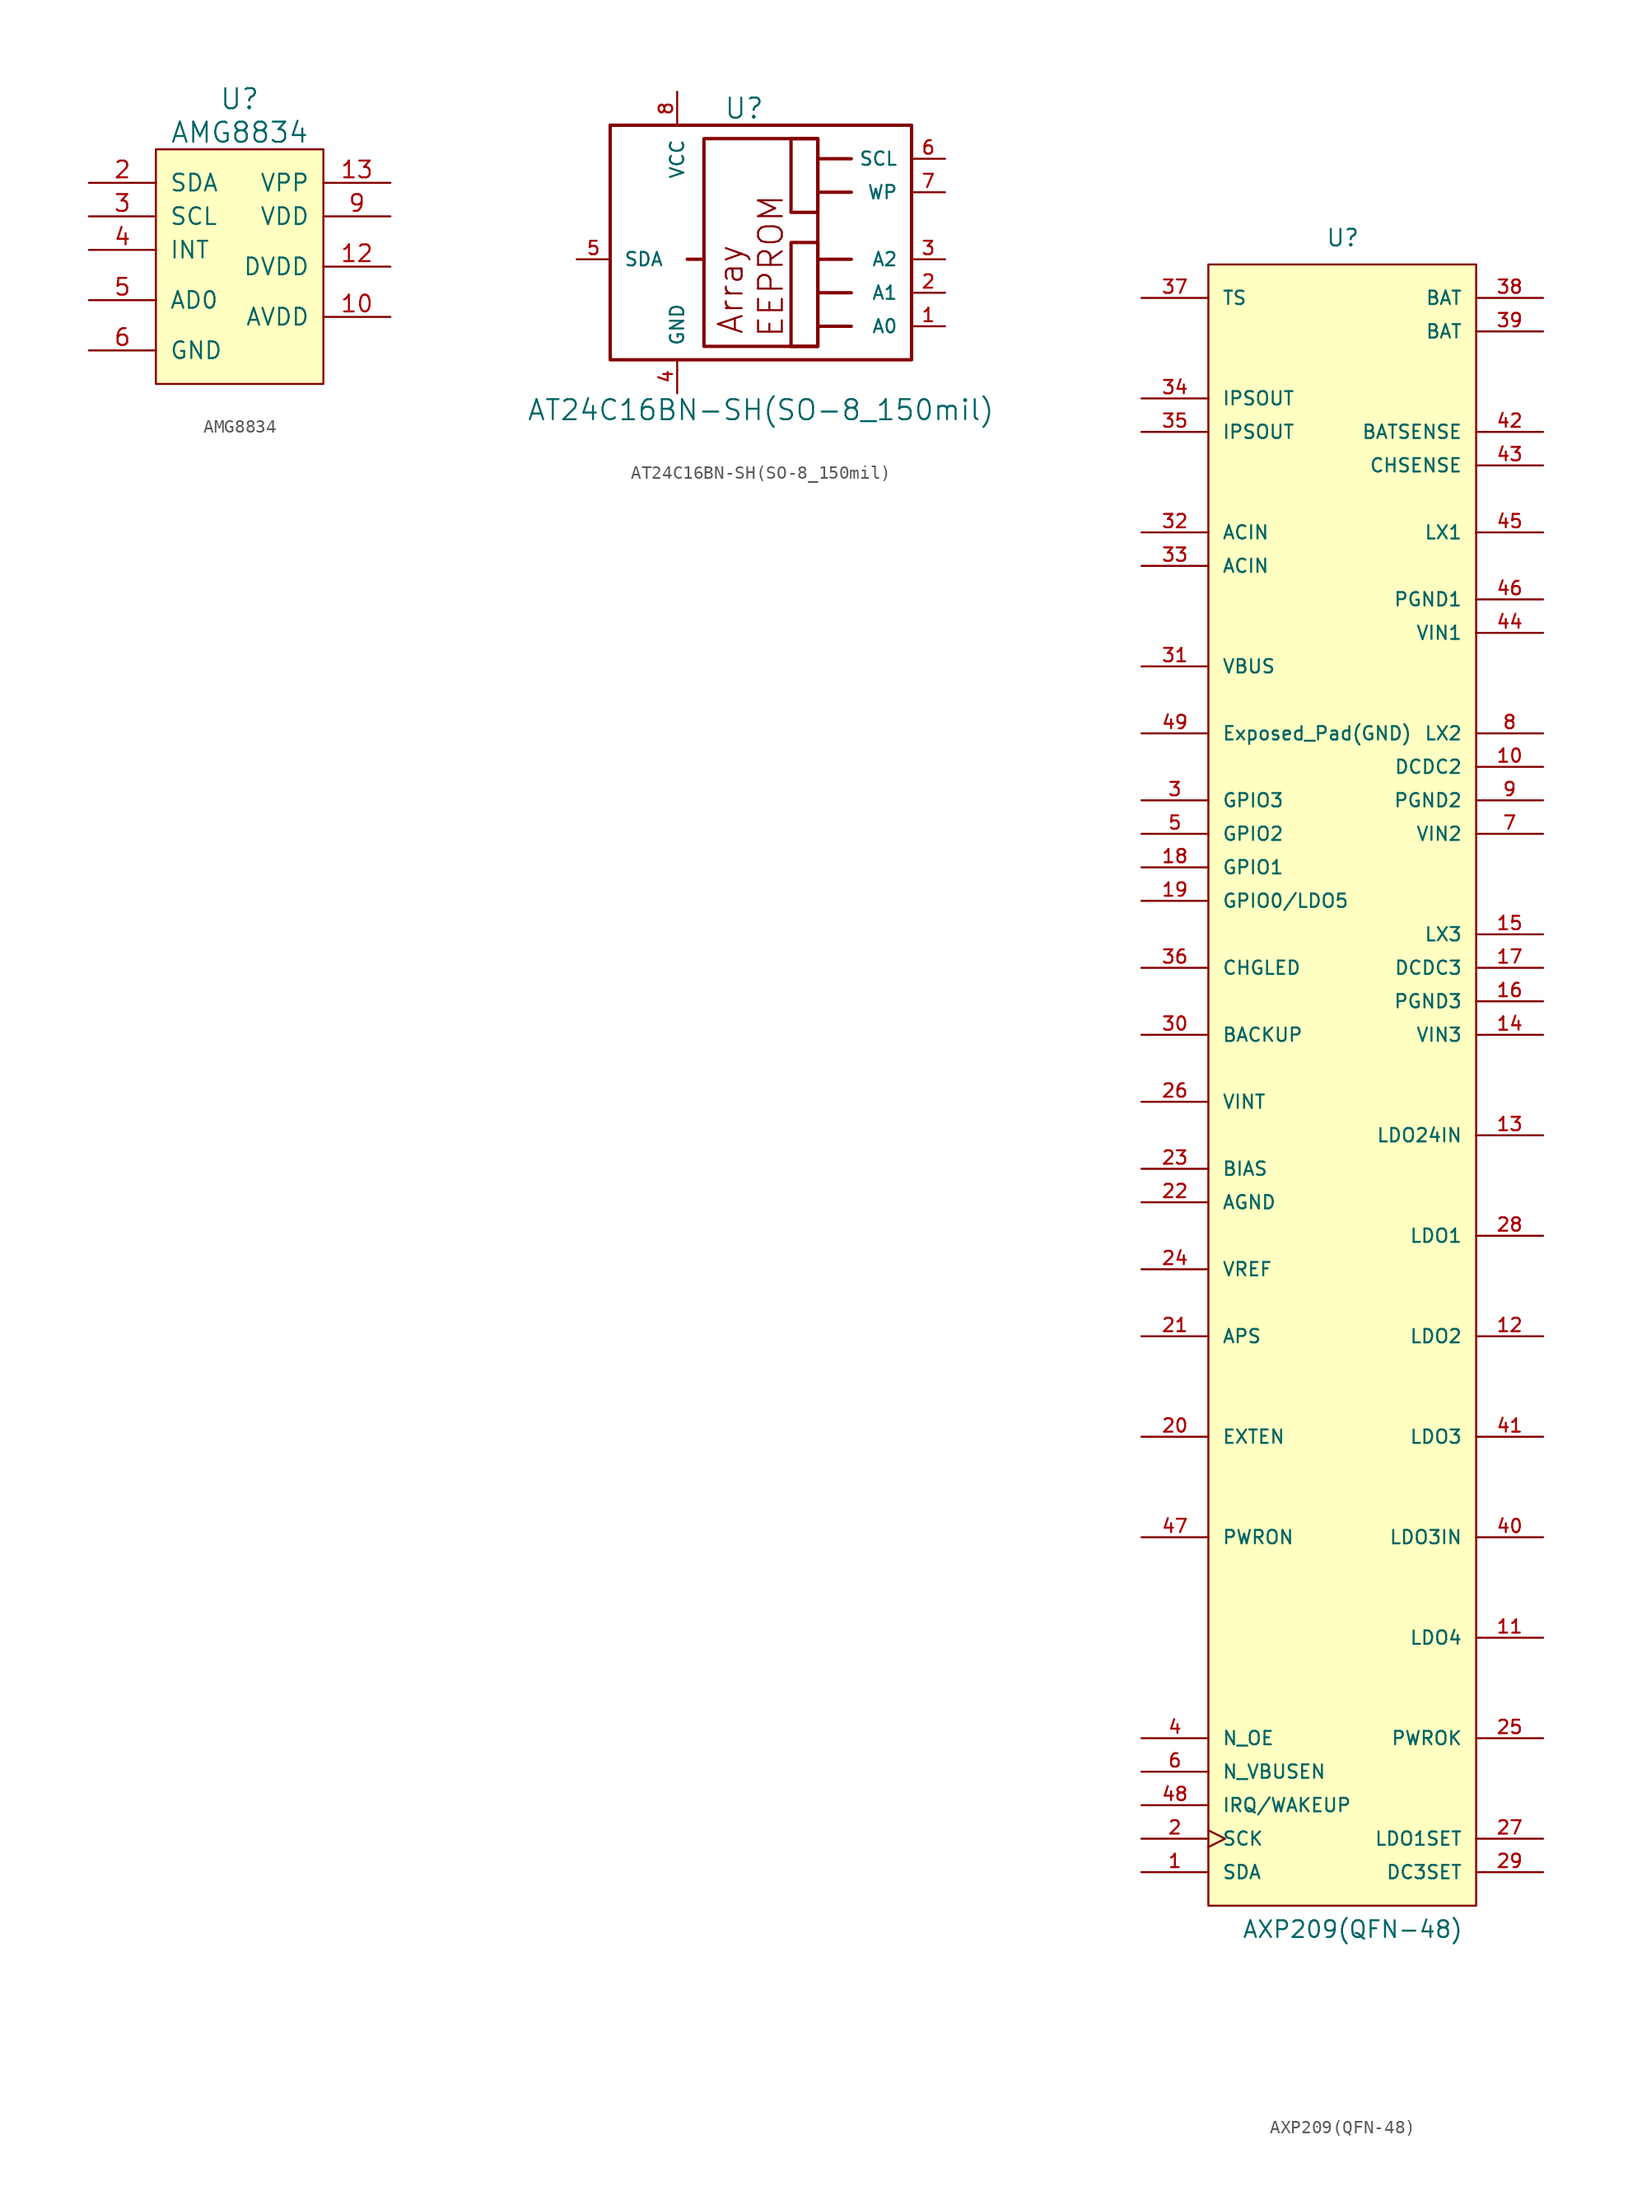
<source format=kicad_sym>
(kicad_symbol_lib
  (version 20211014)
  (generator kicad_symbol_editor)
  (symbol "AMG8834"
    (pin_names
      (offset 1.016))
    (property "Reference" "U"
      (at 0 13.97 0)
      (effects (font (size 1.524 1.524))))
    (property "Value" "AMG8834"
      (at 0 11.43 0)
      (effects (font (size 1.524 1.524))))
    (symbol "AMG8834_0_1"
      (rectangle (start -6.35 10.16) (end 6.35 -7.62) (stroke (width 0) (type default) (color 0 0 0 0)) (fill (type background))))
    (symbol "AMG8834_1_1"
      (pin no_connect line (at 2.54 3.81 180) (length 5.08) hide (name "NC" (effects (font (size 1.27 1.27)))) (number "1" (effects (font (size 1.27 1.27)))))
      (pin input line (at 11.43 -2.54 180) (length 5.08) (name "AVDD" (effects (font (size 1.27 1.27)))) (number "10" (effects (font (size 1.27 1.27)))))
      (pin input line (at 2.54 1.27 180) (length 5.08) hide (name "NC" (effects (font (size 1.27 1.27)))) (number "11" (effects (font (size 1.27 1.27)))))
      (pin input line (at 11.43 1.27 180) (length 5.08) (name "DVDD" (effects (font (size 1.27 1.27)))) (number "12" (effects (font (size 1.27 1.27)))))
      (pin input line (at 11.43 7.62 180) (length 5.08) (name "VPP" (effects (font (size 1.27 1.27)))) (number "13" (effects (font (size 1.27 1.27)))))
      (pin no_connect line (at 2.54 0 180) (length 5.08) hide (name "NC" (effects (font (size 1.27 1.27)))) (number "14" (effects (font (size 1.27 1.27)))))
      (pin input line (at -11.43 7.62 0) (length 5.08) (name "SDA" (effects (font (size 1.27 1.27)))) (number "2" (effects (font (size 1.27 1.27)))))
      (pin input line (at -11.43 5.08 0) (length 5.08) (name "SCL" (effects (font (size 1.27 1.27)))) (number "3" (effects (font (size 1.27 1.27)))))
      (pin input line (at -11.43 2.54 0) (length 5.08) (name "INT" (effects (font (size 1.27 1.27)))) (number "4" (effects (font (size 1.27 1.27)))))
      (pin input line (at -11.43 -1.27 0) (length 5.08) (name "AD0" (effects (font (size 1.27 1.27)))) (number "5" (effects (font (size 1.27 1.27)))))
      (pin input line (at -11.43 -5.08 0) (length 5.08) (name "GND" (effects (font (size 1.27 1.27)))) (number "6" (effects (font (size 1.27 1.27)))))
      (pin no_connect line (at 2.54 2.54 180) (length 5.08) hide (name "NC" (effects (font (size 1.27 1.27)))) (number "7" (effects (font (size 1.27 1.27)))))
      (pin no_connect line (at 2.54 -1.27 180) (length 5.08) hide (name "NC" (effects (font (size 1.27 1.27)))) (number "8" (effects (font (size 1.27 1.27)))))
      (pin input line (at 11.43 5.08 180) (length 5.08) (name "VDD" (effects (font (size 1.27 1.27)))) (number "9" (effects (font (size 1.27 1.27)))))))
  (symbol "AT24C16BN-SH(SO-8_150mil)"
    (pin_names
      (offset 1.016))
    (property "Reference" "U"
      (at 0 8.89 0)
      (effects (font (size 1.524 1.524))))
    (property "Value" "AT24C16BN-SH(SO-8_150mil)"
      (at 1.27 -13.97 0)
      (effects (font (size 1.524 1.524))))
    (property "Footprint" ""
      (at -10.16 -10.16 0)
      (effects (font (size 1.524 1.524))))
    (property "Datasheet" ""
      (at -10.16 -10.16 0)
      (effects (font (size 1.524 1.524))))
    (symbol "AT24C16BN-SH(SO-8_150mil)_0_0"
      (polyline (pts (xy -3.048 -2.54) (xy -4.318 -2.54)) (stroke (width 0.254) (type default) (color 0 0 0 0)) (fill (type none)))
      (polyline (pts (xy 5.588 -7.62) (xy 8.128 -7.62)) (stroke (width 0.254) (type default) (color 0 0 0 0)) (fill (type none)))
      (polyline (pts (xy 5.588 -5.08) (xy 8.128 -5.08)) (stroke (width 0.254) (type default) (color 0 0 0 0)) (fill (type none)))
      (polyline (pts (xy 5.588 -2.54) (xy 8.128 -2.54)) (stroke (width 0.254) (type default) (color 0 0 0 0)) (fill (type none)))
      (polyline (pts (xy 5.588 2.54) (xy 8.128 2.54)) (stroke (width 0.254) (type default) (color 0 0 0 0)) (fill (type none)))
      (polyline (pts (xy 5.588 5.08) (xy 8.128 5.08)) (stroke (width 0.254) (type default) (color 0 0 0 0)) (fill (type none)))
      (rectangle (start 3.556 6.604) (end 5.588 1.016) (stroke (width 0.254) (type default) (color 0 0 0 0)) (fill (type none)))
      (rectangle (start 5.588 -1.27) (end 3.556 -9.144) (stroke (width 0.254) (type default) (color 0 0 0 0)) (fill (type none)))
      (text "Array" (at -1.016 -4.826 900) (effects (font (size 1.803 1.803))))
      (text "EEPROM" (at 2.032 -3.048 900) (effects (font (size 1.803 1.803)))))
    (symbol "AT24C16BN-SH(SO-8_150mil)_1_0"
      (rectangle (start -10.16 -10.16) (end 12.7 7.62) (stroke (width 0.254) (type default) (color 0 0 0 0)) (fill (type none)))
      (rectangle (start -3.048 6.604) (end 5.588 -9.144) (stroke (width 0.254) (type default) (color 0 0 0 0)) (fill (type none))))
    (symbol "AT24C16BN-SH(SO-8_150mil)_1_1"
      (pin input line (at 15.24 -7.62 180) (length 2.54) (name "A0" (effects (font (size 1.016 1.016)))) (number "1" (effects (font (size 1.016 1.016)))))
      (pin input line (at 15.24 -5.08 180) (length 2.54) (name "A1" (effects (font (size 1.016 1.016)))) (number "2" (effects (font (size 1.016 1.016)))))
      (pin input line (at 15.24 -2.54 180) (length 2.54) (name "A2" (effects (font (size 1.016 1.016)))) (number "3" (effects (font (size 1.016 1.016)))))
      (pin power_in line (at -5.08 -12.7 90) (length 2.54) (name "GND" (effects (font (size 1.016 1.016)))) (number "4" (effects (font (size 1.016 1.016)))))
      (pin bidirectional line (at -12.7 -2.54 0) (length 2.54) (name "SDA" (effects (font (size 1.016 1.016)))) (number "5" (effects (font (size 1.016 1.016)))))
      (pin input line (at 15.24 5.08 180) (length 2.54) (name "SCL" (effects (font (size 1.016 1.016)))) (number "6" (effects (font (size 1.016 1.016)))))
      (pin input line (at 15.24 2.54 180) (length 2.54) (name "WP" (effects (font (size 1.016 1.016)))) (number "7" (effects (font (size 1.016 1.016)))))
      (pin power_in line (at -5.08 10.16 270) (length 2.54) (name "VCC" (effects (font (size 1.016 1.016)))) (number "8" (effects (font (size 1.016 1.016)))))))
  (symbol "AXP209(QFN-48)"
    (pin_names
      (offset 1.016))
    (property "Reference" "U"
      (at -1.27 62.23 0)
      (effects (font (size 1.27 1.27)) (justify left bottom)))
    (property "Value" "AXP209(QFN-48)"
      (at -7.62 -66.04 0)
      (effects (font (size 1.27 1.27)) (justify left bottom)))
    (symbol "AXP209(QFN-48)_1_1"
      (rectangle (start 10.16 -63.5) (end -10.16 60.96) (stroke (width 0) (type default) (color 0 0 0 0)) (fill (type background)))
      (pin bidirectional line (at -15.24 -60.96 0) (length 5.08) (name "SDA" (effects (font (size 1.016 1.016)))) (number "1" (effects (font (size 1.016 1.016)))))
      (pin input line (at 15.24 22.86 180) (length 5.08) (name "DCDC2" (effects (font (size 1.016 1.016)))) (number "10" (effects (font (size 1.016 1.016)))))
      (pin power_out line (at 15.24 -43.18 180) (length 5.08) (name "LDO4" (effects (font (size 1.016 1.016)))) (number "11" (effects (font (size 1.016 1.016)))))
      (pin power_out line (at 15.24 -20.32 180) (length 5.08) (name "LDO2" (effects (font (size 1.016 1.016)))) (number "12" (effects (font (size 1.016 1.016)))))
      (pin power_in line (at 15.24 -5.08 180) (length 5.08) (name "LDO24IN" (effects (font (size 1.016 1.016)))) (number "13" (effects (font (size 1.016 1.016)))))
      (pin power_in line (at 15.24 2.54 180) (length 5.08) (name "VIN3" (effects (font (size 1.016 1.016)))) (number "14" (effects (font (size 1.016 1.016)))))
      (pin bidirectional line (at 15.24 10.16 180) (length 5.08) (name "LX3" (effects (font (size 1.016 1.016)))) (number "15" (effects (font (size 1.016 1.016)))))
      (pin power_in line (at 15.24 5.08 180) (length 5.08) (name "PGND3" (effects (font (size 1.016 1.016)))) (number "16" (effects (font (size 1.016 1.016)))))
      (pin input line (at 15.24 7.62 180) (length 5.08) (name "DCDC3" (effects (font (size 1.016 1.016)))) (number "17" (effects (font (size 1.016 1.016)))))
      (pin bidirectional line (at -15.24 15.24 0) (length 5.08) (name "GPIO1" (effects (font (size 1.016 1.016)))) (number "18" (effects (font (size 1.016 1.016)))))
      (pin bidirectional line (at -15.24 12.7 0) (length 5.08) (name "GPIO0/LDO5" (effects (font (size 1.016 1.016)))) (number "19" (effects (font (size 1.016 1.016)))))
      (pin input clock (at -15.24 -58.42 0) (length 5.08) (name "SCK" (effects (font (size 1.016 1.016)))) (number "2" (effects (font (size 1.016 1.016)))))
      (pin output line (at -15.24 -27.94 0) (length 5.08) (name "EXTEN" (effects (font (size 1.016 1.016)))) (number "20" (effects (font (size 1.016 1.016)))))
      (pin power_in line (at -15.24 -20.32 0) (length 5.08) (name "APS" (effects (font (size 1.016 1.016)))) (number "21" (effects (font (size 1.016 1.016)))))
      (pin power_in line (at -15.24 -10.16 0) (length 5.08) (name "AGND" (effects (font (size 1.016 1.016)))) (number "22" (effects (font (size 1.016 1.016)))))
      (pin passive line (at -15.24 -7.62 0) (length 5.08) (name "BIAS" (effects (font (size 1.016 1.016)))) (number "23" (effects (font (size 1.016 1.016)))))
      (pin output line (at -15.24 -15.24 0) (length 5.08) (name "VREF" (effects (font (size 1.016 1.016)))) (number "24" (effects (font (size 1.016 1.016)))))
      (pin output line (at 15.24 -50.8 180) (length 5.08) (name "PWROK" (effects (font (size 1.016 1.016)))) (number "25" (effects (font (size 1.016 1.016)))))
      (pin power_in line (at -15.24 -2.54 0) (length 5.08) (name "VINT" (effects (font (size 1.016 1.016)))) (number "26" (effects (font (size 1.016 1.016)))))
      (pin input line (at 15.24 -58.42 180) (length 5.08) (name "LDO1SET" (effects (font (size 1.016 1.016)))) (number "27" (effects (font (size 1.016 1.016)))))
      (pin power_out line (at 15.24 -12.7 180) (length 5.08) (name "LDO1" (effects (font (size 1.016 1.016)))) (number "28" (effects (font (size 1.016 1.016)))))
      (pin input line (at 15.24 -60.96 180) (length 5.08) (name "DC3SET" (effects (font (size 1.016 1.016)))) (number "29" (effects (font (size 1.016 1.016)))))
      (pin bidirectional line (at -15.24 20.32 0) (length 5.08) (name "GPIO3" (effects (font (size 1.016 1.016)))) (number "3" (effects (font (size 1.016 1.016)))))
      (pin bidirectional line (at -15.24 2.54 0) (length 5.08) (name "BACKUP" (effects (font (size 1.016 1.016)))) (number "30" (effects (font (size 1.016 1.016)))))
      (pin power_in line (at -15.24 30.48 0) (length 5.08) (name "VBUS" (effects (font (size 1.016 1.016)))) (number "31" (effects (font (size 1.016 1.016)))))
      (pin power_in line (at -15.24 40.64 0) (length 5.08) (name "ACIN" (effects (font (size 1.016 1.016)))) (number "32" (effects (font (size 1.016 1.016)))))
      (pin power_in line (at -15.24 38.1 0) (length 5.08) (name "ACIN" (effects (font (size 1.016 1.016)))) (number "33" (effects (font (size 1.016 1.016)))))
      (pin power_out line (at -15.24 50.8 0) (length 5.08) (name "IPSOUT" (effects (font (size 1.016 1.016)))) (number "34" (effects (font (size 1.016 1.016)))))
      (pin power_out line (at -15.24 48.26 0) (length 5.08) (name "IPSOUT" (effects (font (size 1.016 1.016)))) (number "35" (effects (font (size 1.016 1.016)))))
      (pin output line (at -15.24 7.62 0) (length 5.08) (name "CHGLED" (effects (font (size 1.016 1.016)))) (number "36" (effects (font (size 1.016 1.016)))))
      (pin input line (at -15.24 58.42 0) (length 5.08) (name "TS" (effects (font (size 1.016 1.016)))) (number "37" (effects (font (size 1.016 1.016)))))
      (pin power_in line (at 15.24 58.42 180) (length 5.08) (name "BAT" (effects (font (size 1.016 1.016)))) (number "38" (effects (font (size 1.016 1.016)))))
      (pin power_in line (at 15.24 55.88 180) (length 5.08) (name "BAT" (effects (font (size 1.016 1.016)))) (number "39" (effects (font (size 1.016 1.016)))))
      (pin input line (at -15.24 -50.8 0) (length 5.08) (name "N_OE" (effects (font (size 1.016 1.016)))) (number "4" (effects (font (size 1.016 1.016)))))
      (pin power_in line (at 15.24 -35.56 180) (length 5.08) (name "LDO3IN" (effects (font (size 1.016 1.016)))) (number "40" (effects (font (size 1.016 1.016)))))
      (pin power_out line (at 15.24 -27.94 180) (length 5.08) (name "LDO3" (effects (font (size 1.016 1.016)))) (number "41" (effects (font (size 1.016 1.016)))))
      (pin input line (at 15.24 48.26 180) (length 5.08) (name "BATSENSE" (effects (font (size 1.016 1.016)))) (number "42" (effects (font (size 1.016 1.016)))))
      (pin output line (at 15.24 45.72 180) (length 5.08) (name "CHSENSE" (effects (font (size 1.016 1.016)))) (number "43" (effects (font (size 1.016 1.016)))))
      (pin power_in line (at 15.24 33.02 180) (length 5.08) (name "VIN1" (effects (font (size 1.016 1.016)))) (number "44" (effects (font (size 1.016 1.016)))))
      (pin bidirectional line (at 15.24 40.64 180) (length 5.08) (name "LX1" (effects (font (size 1.016 1.016)))) (number "45" (effects (font (size 1.016 1.016)))))
      (pin power_in line (at 15.24 35.56 180) (length 5.08) (name "PGND1" (effects (font (size 1.016 1.016)))) (number "46" (effects (font (size 1.016 1.016)))))
      (pin input line (at -15.24 -35.56 0) (length 5.08) (name "PWRON" (effects (font (size 1.016 1.016)))) (number "47" (effects (font (size 1.016 1.016)))))
      (pin bidirectional line (at -15.24 -55.88 0) (length 5.08) (name "IRQ/WAKEUP" (effects (font (size 1.016 1.016)))) (number "48" (effects (font (size 1.016 1.016)))))
      (pin power_in line (at -15.24 25.4 0) (length 5.08) (name "Exposed_Pad(GND)" (effects (font (size 1.016 1.016)))) (number "49" (effects (font (size 1.016 1.016)))))
      (pin bidirectional line (at -15.24 17.78 0) (length 5.08) (name "GPIO2" (effects (font (size 1.016 1.016)))) (number "5" (effects (font (size 1.016 1.016)))))
      (pin input line (at -15.24 -53.34 0) (length 5.08) (name "N_VBUSEN" (effects (font (size 1.016 1.016)))) (number "6" (effects (font (size 1.016 1.016)))))
      (pin power_in line (at 15.24 17.78 180) (length 5.08) (name "VIN2" (effects (font (size 1.016 1.016)))) (number "7" (effects (font (size 1.016 1.016)))))
      (pin bidirectional line (at 15.24 25.4 180) (length 5.08) (name "LX2" (effects (font (size 1.016 1.016)))) (number "8" (effects (font (size 1.016 1.016)))))
      (pin power_in line (at 15.24 20.32 180) (length 5.08) (name "PGND2" (effects (font (size 1.016 1.016)))) (number "9" (effects (font (size 1.016 1.016))))))))
</source>
